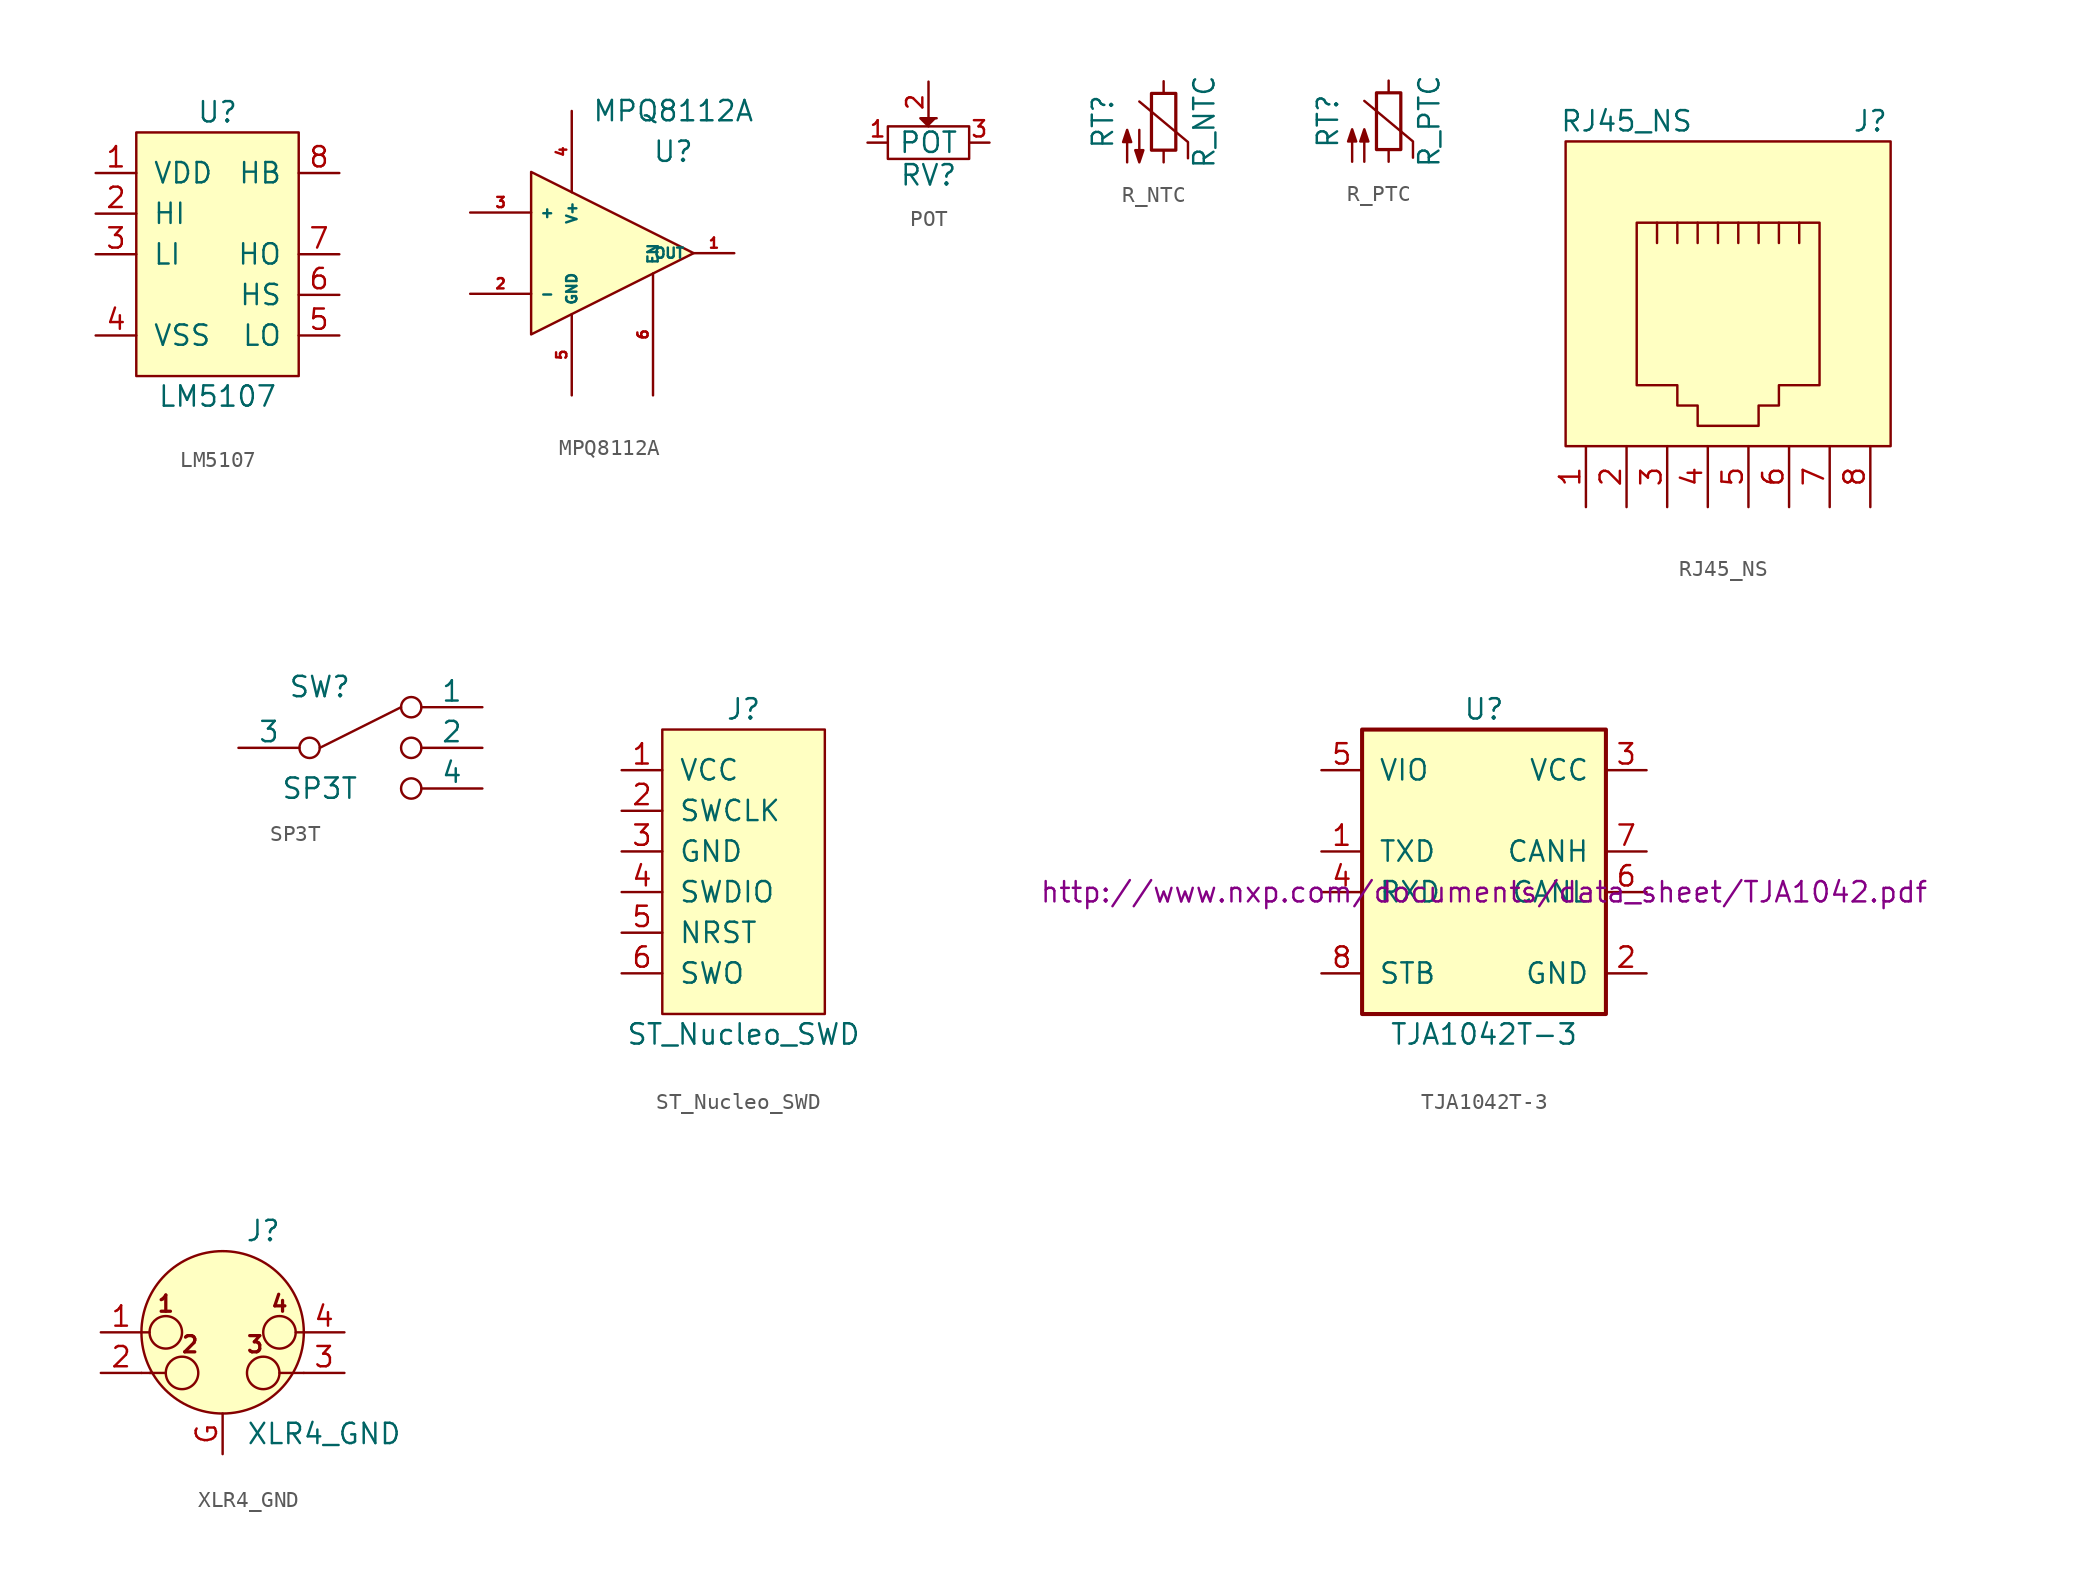
<source format=kicad_sym>
(kicad_symbol_lib
  (version 20211014)
  (generator kicad_symbol_editor)
  (symbol "LM5107"
    (pin_names
      (offset 1.016))
    (property "Reference" "U"
      (at 0 8.89 0)
      (effects (font (size 1.27 1.27))))
    (property "Value" "LM5107"
      (at 0 -8.89 0)
      (effects (font (size 1.27 1.27))))
    (property "ki_locked" ""
      (at 0 0 0)
      (effects (font (size 1.27 1.27))))
    (symbol "LM5107_1_0"
      (rectangle (start -5.08 7.62) (end 5.08 -7.62) (stroke (width 0) (type default) (color 0 0 0 0)) (fill (type background))))
    (symbol "LM5107_1_1"
      (pin power_in line (at -7.62 5.08 0) (length 2.54) (name "VDD" (effects (font (size 1.27 1.27)))) (number "1" (effects (font (size 1.27 1.27)))))
      (pin input line (at -7.62 2.54 0) (length 2.54) (name "HI" (effects (font (size 1.27 1.27)))) (number "2" (effects (font (size 1.27 1.27)))))
      (pin input line (at -7.62 0 0) (length 2.54) (name "LI" (effects (font (size 1.27 1.27)))) (number "3" (effects (font (size 1.27 1.27)))))
      (pin power_in line (at -7.62 -5.08 0) (length 2.54) (name "VSS" (effects (font (size 1.27 1.27)))) (number "4" (effects (font (size 1.27 1.27)))))
      (pin output line (at 7.62 -5.08 180) (length 2.54) (name "LO" (effects (font (size 1.27 1.27)))) (number "5" (effects (font (size 1.27 1.27)))))
      (pin input line (at 7.62 -2.54 180) (length 2.54) (name "HS" (effects (font (size 1.27 1.27)))) (number "6" (effects (font (size 1.27 1.27)))))
      (pin output line (at 7.62 0 180) (length 2.54) (name "HO" (effects (font (size 1.27 1.27)))) (number "7" (effects (font (size 1.27 1.27)))))
      (pin input line (at 7.62 5.08 180) (length 2.54) (name "HB" (effects (font (size 1.27 1.27)))) (number "8" (effects (font (size 1.27 1.27)))))))
  (symbol "MPQ8112A"
    (property "Reference" "U"
      (at 3.81 6.35 0)
      (effects (font (size 1.27 1.27))))
    (property "Value" "MPQ8112A"
      (at 3.81 8.89 0)
      (effects (font (size 1.27 1.27))))
    (symbol "MPQ8112A_0_1"
      (polyline (pts (xy -5.08 5.08) (xy -5.08 -5.08) (xy 5.08 0) (xy -5.08 5.08)) (stroke (width 0) (type default) (color 0 0 0 0)) (fill (type background))))
    (symbol "MPQ8112A_1_1"
      (pin output line (at 7.62 0 180) (length 2.54) (name "OUT" (effects (font (size 0.64 0.64)))) (number "1" (effects (font (size 0.64 0.64)))))
      (pin input line (at -8.89 -2.54 0) (length 3.81) (name "-" (effects (font (size 0.64 0.64)))) (number "2" (effects (font (size 0.64 0.64)))))
      (pin input line (at -8.89 2.54 0) (length 3.81) (name "+" (effects (font (size 0.64 0.64)))) (number "3" (effects (font (size 0.64 0.64)))))
      (pin power_in line (at -2.54 8.89 270) (length 5.08) (name "V+" (effects (font (size 0.64 0.64)))) (number "4" (effects (font (size 0.64 0.64)))))
      (pin power_in line (at -2.54 -8.89 90) (length 5.08) (name "GND" (effects (font (size 0.64 0.64)))) (number "5" (effects (font (size 0.64 0.64)))))
      (pin input line (at 2.54 -8.89 90) (length 7.62) (name "EN" (effects (font (size 0.64 0.64)))) (number "6" (effects (font (size 0.64 0.64)))))))
  (symbol "POT"
    (pin_names
      (offset 1.016) hide)
    (property "Reference" "RV"
      (at 0 -2.032 0)
      (effects (font (size 1.27 1.27))))
    (property "Value" "POT"
      (at 0 0 0)
      (effects (font (size 1.27 1.27))))
    (property "Footprint" ""
      (at 0 0 0)
      (effects (font (size 1.27 1.27))))
    (property "Datasheet" ""
      (at 0 0 0)
      (effects (font (size 1.27 1.27))))
    (symbol "POT_0_1"
      (rectangle (start -2.54 1.016) (end 2.54 -1.016) (stroke (width 0) (type default) (color 0 0 0 0)) (fill (type none)))
      (polyline (pts (xy 0 1.016) (xy -0.508 1.524) (xy 0.508 1.524)) (stroke (width 0) (type default) (color 0 0 0 0)) (fill (type outline))))
    (symbol "POT_1_1"
      (pin passive line (at -3.81 0 0) (length 1.27) (name "1" (effects (font (size 1.016 1.016)))) (number "1" (effects (font (size 1.016 1.016)))))
      (pin passive line (at 0 3.81 270) (length 2.54) (name "2" (effects (font (size 1.016 1.016)))) (number "2" (effects (font (size 1.016 1.016)))))
      (pin passive line (at 3.81 0 180) (length 1.27) (name "3" (effects (font (size 1.016 1.016)))) (number "3" (effects (font (size 1.016 1.016)))))))
  (symbol "R_NTC"
    (pin_numbers hide)
    (pin_names
      (offset 0))
    (property "Reference" "RT"
      (at -3.81 0 90)
      (effects (font (size 1.27 1.27))))
    (property "Value" "R_NTC"
      (at 2.54 0 90)
      (effects (font (size 1.27 1.27))))
    (symbol "R_NTC_0_1"
      (rectangle (start -0.762 1.778) (end 0.762 -1.778) (stroke (width 0.203) (type default) (color 0 0 0 0)) (fill (type none)))
      (polyline (pts (xy 1.524 -2.286) (xy 1.524 -1.27) (xy -1.524 1.27)) (stroke (width 0) (type default) (color 0 0 0 0)) (fill (type none)))
      (polyline (pts (xy -2.286 -2.54) (xy -2.286 -0.508) (xy -2.54 -1.27) (xy -2.032 -1.27) (xy -2.286 -0.508) (xy -2.286 -0.762)) (stroke (width 0) (type default) (color 0 0 0 0)) (fill (type outline)))
      (polyline (pts (xy -1.524 -0.508) (xy -1.524 -2.54) (xy -1.778 -1.778) (xy -1.27 -1.778) (xy -1.524 -2.54) (xy -1.524 -2.286)) (stroke (width 0) (type default) (color 0 0 0 0)) (fill (type outline))))
    (symbol "R_NTC_1_1"
      (pin passive line (at 0 2.54 270) (length 0.762) (name "~" (effects (font (size 1.27 1.27)))) (number "1" (effects (font (size 1.27 1.27)))))
      (pin passive line (at 0 -2.54 90) (length 0.762) (name "~" (effects (font (size 1.27 1.27)))) (number "2" (effects (font (size 1.27 1.27)))))))
  (symbol "R_PTC"
    (pin_numbers hide)
    (pin_names
      (offset 0))
    (property "Reference" "RT"
      (at -3.81 0 90)
      (effects (font (size 1.27 1.27))))
    (property "Value" "R_PTC"
      (at 2.54 0 90)
      (effects (font (size 1.27 1.27))))
    (symbol "R_PTC_0_1"
      (rectangle (start -0.762 1.778) (end 0.762 -1.778) (stroke (width 0.203) (type default) (color 0 0 0 0)) (fill (type none)))
      (polyline (pts (xy 1.524 -2.286) (xy 1.524 -1.27) (xy -1.524 1.27)) (stroke (width 0) (type default) (color 0 0 0 0)) (fill (type none)))
      (polyline (pts (xy -2.286 -2.54) (xy -2.286 -0.508) (xy -2.54 -1.27) (xy -2.032 -1.27) (xy -2.286 -0.508) (xy -2.286 -0.762)) (stroke (width 0) (type default) (color 0 0 0 0)) (fill (type outline)))
      (polyline (pts (xy -1.524 -2.54) (xy -1.524 -0.508) (xy -1.27 -1.27) (xy -1.778 -1.27) (xy -1.524 -0.508) (xy -1.524 -0.762)) (stroke (width 0) (type default) (color 0 0 0 0)) (fill (type outline))))
    (symbol "R_PTC_1_1"
      (pin passive line (at 0 2.54 270) (length 0.762) (name "~" (effects (font (size 1.27 1.27)))) (number "1" (effects (font (size 1.27 1.27)))))
      (pin passive line (at 0 -2.54 90) (length 0.762) (name "~" (effects (font (size 1.27 1.27)))) (number "2" (effects (font (size 1.27 1.27)))))))
  (symbol "RJ45_NS"
    (pin_names
      (offset 1.016))
    (property "Reference" "J"
      (at 8.89 12.7 0)
      (effects (font (size 1.27 1.27))))
    (property "Value" "RJ45_NS"
      (at -6.35 12.7 0)
      (effects (font (size 1.27 1.27))))
    (property "Footprint" ""
      (at 0 0 0)
      (effects (font (size 1.27 1.27))))
    (property "Datasheet" ""
      (at 0 0 0)
      (effects (font (size 1.27 1.27))))
    (symbol "RJ45_NS_0_1"
      (rectangle (start -10.16 -7.62) (end 10.16 11.43) (stroke (width 0) (type default) (color 0 0 0 0)) (fill (type background)))
      (polyline (pts (xy -4.445 5.08) (xy -4.445 6.35) (xy -4.445 6.35)) (stroke (width 0) (type default) (color 0 0 0 0)) (fill (type none)))
      (polyline (pts (xy -3.175 6.35) (xy -3.175 5.08) (xy -3.175 5.08)) (stroke (width 0) (type default) (color 0 0 0 0)) (fill (type none)))
      (polyline (pts (xy -1.905 6.35) (xy -1.905 5.08) (xy -1.905 5.08)) (stroke (width 0) (type default) (color 0 0 0 0)) (fill (type none)))
      (polyline (pts (xy -0.635 6.35) (xy -0.635 5.08) (xy -0.635 5.08)) (stroke (width 0) (type default) (color 0 0 0 0)) (fill (type none)))
      (polyline (pts (xy 0.635 6.35) (xy 0.635 5.08) (xy 0.635 5.08)) (stroke (width 0) (type default) (color 0 0 0 0)) (fill (type none)))
      (polyline (pts (xy 1.905 6.35) (xy 1.905 5.08) (xy 1.905 5.08)) (stroke (width 0) (type default) (color 0 0 0 0)) (fill (type none)))
      (polyline (pts (xy 3.175 5.08) (xy 3.175 6.35) (xy 3.175 6.35)) (stroke (width 0) (type default) (color 0 0 0 0)) (fill (type none)))
      (polyline (pts (xy 4.445 5.08) (xy 4.445 6.35) (xy 4.445 6.35)) (stroke (width 0) (type default) (color 0 0 0 0)) (fill (type none)))
      (polyline (pts (xy -5.715 6.35) (xy 5.715 6.35) (xy 5.715 -3.81) (xy 3.175 -3.81) (xy 3.175 -5.08) (xy 1.905 -5.08) (xy 1.905 -6.35) (xy -1.905 -6.35) (xy -1.905 -5.08) (xy -3.175 -5.08) (xy -3.175 -3.81) (xy -5.715 -3.81) (xy -5.715 6.35) (xy -5.715 6.35)) (stroke (width 0) (type default) (color 0 0 0 0)) (fill (type none))))
    (symbol "RJ45_NS_1_1"
      (pin passive line (at -8.89 -11.43 90) (length 3.81) (name "~" (effects (font (size 1.27 1.27)))) (number "1" (effects (font (size 1.27 1.27)))))
      (pin passive line (at -6.35 -11.43 90) (length 3.81) (name "~" (effects (font (size 1.27 1.27)))) (number "2" (effects (font (size 1.27 1.27)))))
      (pin passive line (at -3.81 -11.43 90) (length 3.81) (name "~" (effects (font (size 1.27 1.27)))) (number "3" (effects (font (size 1.27 1.27)))))
      (pin passive line (at -1.27 -11.43 90) (length 3.81) (name "~" (effects (font (size 1.27 1.27)))) (number "4" (effects (font (size 1.27 1.27)))))
      (pin passive line (at 1.27 -11.43 90) (length 3.81) (name "~" (effects (font (size 1.27 1.27)))) (number "5" (effects (font (size 1.27 1.27)))))
      (pin passive line (at 3.81 -11.43 90) (length 3.81) (name "~" (effects (font (size 1.27 1.27)))) (number "6" (effects (font (size 1.27 1.27)))))
      (pin passive line (at 6.35 -11.43 90) (length 3.81) (name "~" (effects (font (size 0.762 0.762)))) (number "7" (effects (font (size 1.27 1.27)))))
      (pin passive line (at 8.89 -11.43 90) (length 3.81) (name "~" (effects (font (size 0.762 0.762)))) (number "8" (effects (font (size 1.27 1.27)))))))
  (symbol "SP3T"
    (pin_numbers hide)
    (pin_names
      (offset 0))
    (property "Reference" "SW"
      (at -2.54 3.81 0)
      (effects (font (size 1.27 1.27))))
    (property "Value" "SP3T"
      (at -2.54 -2.54 0)
      (effects (font (size 1.27 1.27))))
    (property "Footprint" ""
      (at -15.875 4.445 0)
      (effects (font (size 1.27 1.27))))
    (property "Datasheet" ""
      (at -15.875 4.445 0)
      (effects (font (size 1.27 1.27))))
    (symbol "SP3T_0_1"
      (circle (center -3.175 0) (radius 0.635) (stroke (width 0) (type default) (color 0 0 0 0)) (fill (type none)))
      (polyline (pts (xy -2.54 0) (xy 2.54 2.54)) (stroke (width 0) (type default) (color 0 0 0 0)) (fill (type none)))
      (circle (center 3.175 -2.54) (radius 0.635) (stroke (width 0) (type default) (color 0 0 0 0)) (fill (type none)))
      (circle (center 3.175 0) (radius 0.635) (stroke (width 0) (type default) (color 0 0 0 0)) (fill (type none)))
      (circle (center 3.175 2.54) (radius 0.635) (stroke (width 0) (type default) (color 0 0 0 0)) (fill (type none))))
    (symbol "SP3T_1_1"
      (pin passive line (at 7.62 2.54 180) (length 3.81) (name "1" (effects (font (size 1.27 1.27)))) (number "1" (effects (font (size 1.27 1.27)))))
      (pin passive line (at 7.62 0 180) (length 3.81) (name "2" (effects (font (size 1.27 1.27)))) (number "2" (effects (font (size 1.27 1.27)))))
      (pin passive line (at -7.62 0 0) (length 3.81) (name "3" (effects (font (size 1.27 1.27)))) (number "3" (effects (font (size 1.27 1.27)))))
      (pin passive line (at 7.62 -2.54 180) (length 3.81) (name "4" (effects (font (size 1.27 1.27)))) (number "4" (effects (font (size 1.27 1.27)))))))
  (symbol "ST_Nucleo_SWD"
    (pin_names
      (offset 1.016))
    (property "Reference" "J"
      (at 0 10.16 0)
      (effects (font (size 1.27 1.27))))
    (property "Value" "ST_Nucleo_SWD"
      (at 0 -10.16 0)
      (effects (font (size 1.27 1.27))))
    (property "Datasheet" ""
      (at 3.81 1.27 0)
      (effects (font (size 1.524 1.524))))
    (symbol "ST_Nucleo_SWD_0_1"
      (rectangle (start -5.08 8.89) (end 5.08 -8.89) (stroke (width 0) (type default) (color 0 0 0 0)) (fill (type background))))
    (symbol "ST_Nucleo_SWD_1_1"
      (pin passive line (at -7.62 6.35 0) (length 2.54) (name "VCC" (effects (font (size 1.27 1.27)))) (number "1" (effects (font (size 1.27 1.27)))))
      (pin passive line (at -7.62 3.81 0) (length 2.54) (name "SWCLK" (effects (font (size 1.27 1.27)))) (number "2" (effects (font (size 1.27 1.27)))))
      (pin passive line (at -7.62 1.27 0) (length 2.54) (name "GND" (effects (font (size 1.27 1.27)))) (number "3" (effects (font (size 1.27 1.27)))))
      (pin passive line (at -7.62 -1.27 0) (length 2.54) (name "SWDIO" (effects (font (size 1.27 1.27)))) (number "4" (effects (font (size 1.27 1.27)))))
      (pin passive line (at -7.62 -3.81 0) (length 2.54) (name "NRST" (effects (font (size 1.27 1.27)))) (number "5" (effects (font (size 1.27 1.27)))))
      (pin passive line (at -7.62 -6.35 0) (length 2.54) (name "SWO" (effects (font (size 1.27 1.27)))) (number "6" (effects (font (size 1.27 1.27)))))))
  (symbol "TJA1042T-3"
    (pin_names
      (offset 1.016))
    (property "Reference" "U"
      (at 0 11.43 0)
      (effects (font (size 1.27 1.27))))
    (property "Value" "TJA1042T-3"
      (at 0 -8.89 0)
      (effects (font (size 1.27 1.27))))
    (property "Datasheet" "http://www.nxp.com/documents/data_sheet/TJA1042.pdf"
      (at 0 0 0)
      (effects (font (size 1.27 1.27))))
    (symbol "TJA1042T-3_0_1"
      (rectangle (start -7.62 10.16) (end 7.62 -7.62) (stroke (width 0.254) (type default) (color 0 0 0 0)) (fill (type background))))
    (symbol "TJA1042T-3_1_1"
      (pin input line (at -10.16 2.54 0) (length 2.54) (name "TXD" (effects (font (size 1.27 1.27)))) (number "1" (effects (font (size 1.27 1.27)))))
      (pin power_in line (at 10.16 -5.08 180) (length 2.54) (name "GND" (effects (font (size 1.27 1.27)))) (number "2" (effects (font (size 1.27 1.27)))))
      (pin power_in line (at 10.16 7.62 180) (length 2.54) (name "VCC" (effects (font (size 1.27 1.27)))) (number "3" (effects (font (size 1.27 1.27)))))
      (pin output line (at -10.16 0 0) (length 2.54) (name "RXD" (effects (font (size 1.27 1.27)))) (number "4" (effects (font (size 1.27 1.27)))))
      (pin power_in line (at -10.16 7.62 0) (length 2.54) (name "VIO" (effects (font (size 1.27 1.27)))) (number "5" (effects (font (size 1.27 1.27)))))
      (pin bidirectional line (at 10.16 0 180) (length 2.54) (name "CANL" (effects (font (size 1.27 1.27)))) (number "6" (effects (font (size 1.27 1.27)))))
      (pin bidirectional line (at 10.16 2.54 180) (length 2.54) (name "CANH" (effects (font (size 1.27 1.27)))) (number "7" (effects (font (size 1.27 1.27)))))
      (pin input line (at -10.16 -5.08 0) (length 2.54) (name "STB" (effects (font (size 1.27 1.27)))) (number "8" (effects (font (size 1.27 1.27)))))))
  (symbol "XLR4_GND"
    (pin_names hide)
    (property "Reference" "J"
      (at 2.54 6.35 0)
      (effects (font (size 1.27 1.27))))
    (property "Value" "XLR4_GND"
      (at 6.35 -6.35 0)
      (effects (font (size 1.27 1.27))))
    (symbol "XLR4_GND_0_1"
      (circle (center -3.556 0) (radius 1.016) (stroke (width 0) (type default) (color 0 0 0 0)) (fill (type none)))
      (circle (center -2.54 -2.54) (radius 1.016) (stroke (width 0) (type default) (color 0 0 0 0)) (fill (type none)))
      (polyline (pts (xy -5.08 -2.54) (xy -4.445 -2.54)) (stroke (width 0) (type default) (color 0 0 0 0)) (fill (type none)))
      (polyline (pts (xy -5.08 0) (xy -4.572 0)) (stroke (width 0) (type default) (color 0 0 0 0)) (fill (type none)))
      (polyline (pts (xy -4.572 -2.54) (xy -3.556 -2.54)) (stroke (width 0) (type default) (color 0 0 0 0)) (fill (type none)))
      (polyline (pts (xy 4.318 -2.54) (xy 3.556 -2.54)) (stroke (width 0) (type default) (color 0 0 0 0)) (fill (type none)))
      (polyline (pts (xy 5.08 -2.54) (xy 4.445 -2.54)) (stroke (width 0) (type default) (color 0 0 0 0)) (fill (type none)))
      (polyline (pts (xy 5.08 0) (xy 4.572 0)) (stroke (width 0) (type default) (color 0 0 0 0)) (fill (type none)))
      (circle (center 0 0) (radius 5.08) (stroke (width 0) (type default) (color 0 0 0 0)) (fill (type background)))
      (circle (center 2.54 -2.54) (radius 1.016) (stroke (width 0) (type default) (color 0 0 0 0)) (fill (type none)))
      (circle (center 3.556 0) (radius 1.016) (stroke (width 0) (type default) (color 0 0 0 0)) (fill (type none)))
      (text "1" (at -3.556 1.778 0) (effects (font (size 1.016 1.016) bold)))
      (text "2" (at -2.032 -0.762 0) (effects (font (size 1.016 1.016) bold)))
      (text "3" (at 2.032 -0.762 0) (effects (font (size 1.016 1.016) bold)))
      (text "4" (at 3.556 1.778 0) (effects (font (size 1.016 1.016) bold))))
    (symbol "XLR4_GND_1_1"
      (pin passive line (at -7.62 0 0) (length 2.54) (name "~" (effects (font (size 1.27 1.27)))) (number "1" (effects (font (size 1.27 1.27)))))
      (pin passive line (at -7.62 -2.54 0) (length 2.54) (name "~" (effects (font (size 1.27 1.27)))) (number "2" (effects (font (size 1.27 1.27)))))
      (pin passive line (at 7.62 -2.54 180) (length 2.54) (name "~" (effects (font (size 1.27 1.27)))) (number "3" (effects (font (size 1.27 1.27)))))
      (pin passive line (at 7.62 0 180) (length 2.54) (name "~" (effects (font (size 1.27 1.27)))) (number "4" (effects (font (size 1.27 1.27)))))
      (pin power_out line (at 0 -7.62 90) (length 2.54) (name "GND" (effects (font (size 1.27 1.27)))) (number "G" (effects (font (size 1.27 1.27))))))))
</source>
